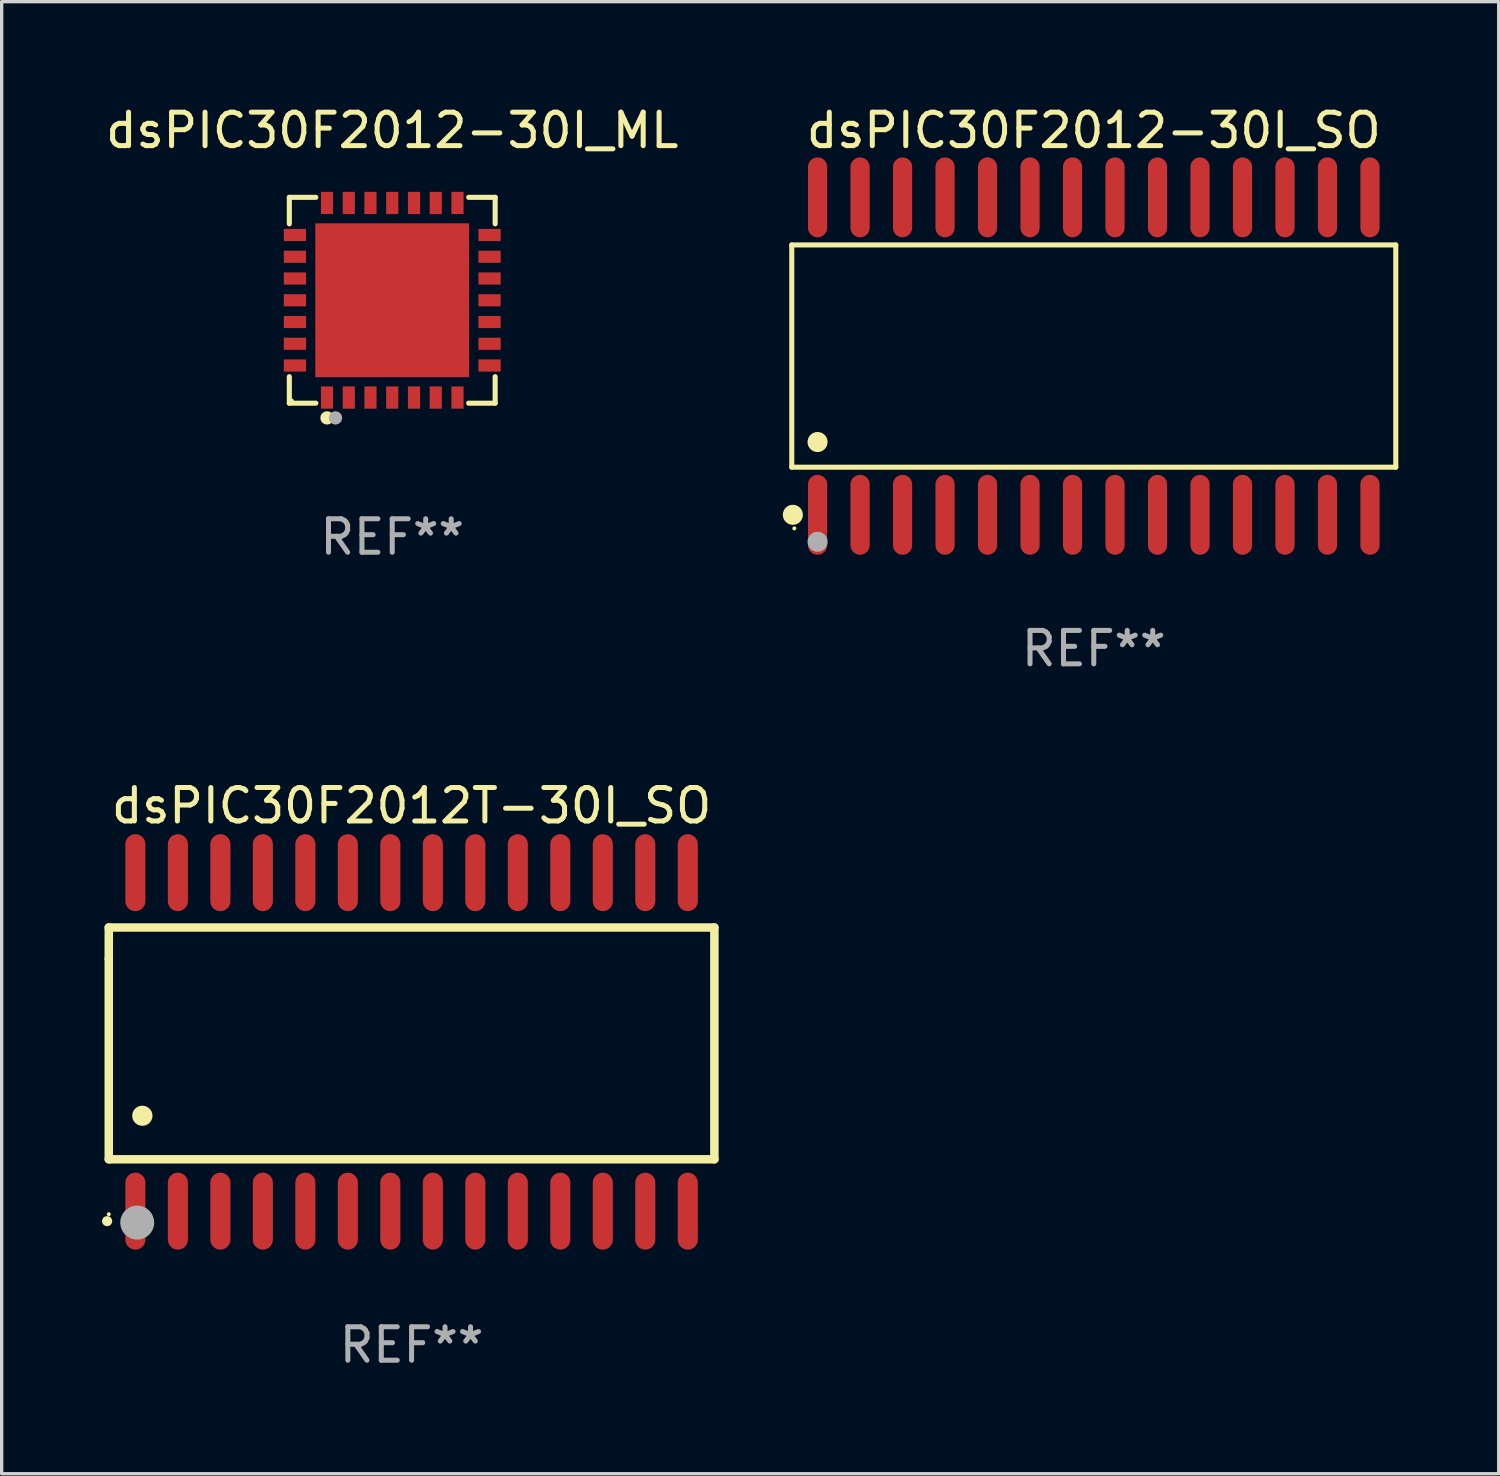
<source format=kicad_pcb>
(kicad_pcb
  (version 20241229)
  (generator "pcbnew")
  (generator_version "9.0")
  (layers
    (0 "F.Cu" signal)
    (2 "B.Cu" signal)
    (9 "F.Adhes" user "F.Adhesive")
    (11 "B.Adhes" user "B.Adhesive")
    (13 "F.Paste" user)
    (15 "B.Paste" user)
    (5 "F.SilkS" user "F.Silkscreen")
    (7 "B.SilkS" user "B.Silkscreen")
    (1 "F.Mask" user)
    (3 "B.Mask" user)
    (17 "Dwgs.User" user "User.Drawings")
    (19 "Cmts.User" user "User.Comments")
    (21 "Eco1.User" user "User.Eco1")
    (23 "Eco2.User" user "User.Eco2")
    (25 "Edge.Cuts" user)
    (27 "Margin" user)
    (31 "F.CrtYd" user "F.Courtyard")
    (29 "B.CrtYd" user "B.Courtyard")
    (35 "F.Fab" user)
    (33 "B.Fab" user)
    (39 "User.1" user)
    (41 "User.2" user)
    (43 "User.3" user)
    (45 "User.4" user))
  (footprint "dsPIC30F2012-30I_SO"
    (layer "F.Cu")
    (at 29.64 7.592)
    (property "Reference" "dsPIC30F2012-30I_SO" (at 0 -6.744 0) (layer "F.SilkS") (effects (font (size 1 1) (thickness 0.15))))
    (attr through_hole)
    (fp_line (start -9.026 -3.321) (end 9.026 -3.321) (stroke (width 0.152) (type solid)) (layer "F.SilkS"))
    (fp_line (start -9.026 3.321) (end -9.026 -3.321) (stroke (width 0.152) (type solid)) (layer "F.SilkS"))
    (fp_line (start 9.026 -3.321) (end 9.026 3.321) (stroke (width 0.152) (type solid)) (layer "F.SilkS"))
    (fp_line (start 9.026 3.321) (end -9.026 3.321) (stroke (width 0.152) (type solid)) (layer "F.SilkS"))
    (fp_circle (center -8.994 4.744) (end -8.844 4.744) (stroke (width 0.3) (type solid)) (fill no) (layer "F.SilkS"))
    (fp_circle (center -8.95 5.15) (end -8.92 5.15) (stroke (width 0.06) (type solid)) (fill no) (layer "F.SilkS"))
    (fp_circle (center -8.255 2.569) (end -8.105 2.569) (stroke (width 0.3) (type solid)) (fill no) (layer "F.SilkS"))
    (fp_circle (center -8.255 5.55) (end -8.105 5.55) (stroke (width 0.3) (type solid)) (fill no) (layer "F.Fab"))
    (fp_text user "REF**" (at 0 8.744 0) (layer "F.Fab") (effects (font (size 1 1) (thickness 0.15))))
    (pad "1" smd oval (at -8.255 4.744) (size 0.574 2.388) (layers "F.Cu" "F.Mask" "F.Paste"))
    (pad "2" smd oval (at -6.985 4.744) (size 0.574 2.388) (layers "F.Cu" "F.Mask" "F.Paste"))
    (pad "3" smd oval (at -5.715 4.744) (size 0.574 2.388) (layers "F.Cu" "F.Mask" "F.Paste"))
    (pad "4" smd oval (at -4.445 4.744) (size 0.574 2.388) (layers "F.Cu" "F.Mask" "F.Paste"))
    (pad "5" smd oval (at -3.175 4.744) (size 0.574 2.388) (layers "F.Cu" "F.Mask" "F.Paste"))
    (pad "6" smd oval (at -1.905 4.744) (size 0.574 2.388) (layers "F.Cu" "F.Mask" "F.Paste"))
    (pad "7" smd oval (at -0.635 4.744) (size 0.574 2.388) (layers "F.Cu" "F.Mask" "F.Paste"))
    (pad "8" smd oval (at 0.635 4.744) (size 0.574 2.388) (layers "F.Cu" "F.Mask" "F.Paste"))
    (pad "9" smd oval (at 1.905 4.744) (size 0.574 2.388) (layers "F.Cu" "F.Mask" "F.Paste"))
    (pad "10" smd oval (at 3.175 4.744) (size 0.574 2.388) (layers "F.Cu" "F.Mask" "F.Paste"))
    (pad "11" smd oval (at 4.445 4.744) (size 0.574 2.388) (layers "F.Cu" "F.Mask" "F.Paste"))
    (pad "12" smd oval (at 5.715 4.744) (size 0.574 2.388) (layers "F.Cu" "F.Mask" "F.Paste"))
    (pad "13" smd oval (at 6.985 4.744) (size 0.574 2.388) (layers "F.Cu" "F.Mask" "F.Paste"))
    (pad "14" smd oval (at 8.255 4.744) (size 0.574 2.388) (layers "F.Cu" "F.Mask" "F.Paste"))
    (pad "15" smd oval (at 8.255 -4.744) (size 0.574 2.388) (layers "F.Cu" "F.Mask" "F.Paste"))
    (pad "16" smd oval (at 6.985 -4.744) (size 0.574 2.388) (layers "F.Cu" "F.Mask" "F.Paste"))
    (pad "17" smd oval (at 5.715 -4.744) (size 0.574 2.388) (layers "F.Cu" "F.Mask" "F.Paste"))
    (pad "18" smd oval (at 4.445 -4.744) (size 0.574 2.388) (layers "F.Cu" "F.Mask" "F.Paste"))
    (pad "19" smd oval (at 3.175 -4.744) (size 0.574 2.388) (layers "F.Cu" "F.Mask" "F.Paste"))
    (pad "20" smd oval (at 1.905 -4.744) (size 0.574 2.388) (layers "F.Cu" "F.Mask" "F.Paste"))
    (pad "21" smd oval (at 0.635 -4.744) (size 0.574 2.388) (layers "F.Cu" "F.Mask" "F.Paste"))
    (pad "22" smd oval (at -0.635 -4.744) (size 0.574 2.388) (layers "F.Cu" "F.Mask" "F.Paste"))
    (pad "23" smd oval (at -1.905 -4.744) (size 0.574 2.388) (layers "F.Cu" "F.Mask" "F.Paste"))
    (pad "24" smd oval (at -3.175 -4.744) (size 0.574 2.388) (layers "F.Cu" "F.Mask" "F.Paste"))
    (pad "25" smd oval (at -4.445 -4.744) (size 0.574 2.388) (layers "F.Cu" "F.Mask" "F.Paste"))
    (pad "26" smd oval (at -5.715 -4.744) (size 0.574 2.388) (layers "F.Cu" "F.Mask" "F.Paste"))
    (pad "27" smd oval (at -6.985 -4.744) (size 0.574 2.388) (layers "F.Cu" "F.Mask" "F.Paste"))
    (pad "28" smd oval (at -8.255 -4.744) (size 0.574 2.388) (layers "F.Cu" "F.Mask" "F.Paste")))
  (footprint "dsPIC30F2012T-30I_SO"
    (layer "F.Cu")
    (at 9.251 28.09)
    (property "Reference" "dsPIC30F2012T-30I_SO" (at 0 -7.058 0) (layer "F.SilkS") (effects (font (size 1 1) (thickness 0.15))))
    (attr through_hole)
    (fp_line (start -9.05 -3.42) (end 9.05 -3.42) (stroke (width 0.254) (type solid)) (layer "F.SilkS"))
    (fp_line (start -9.05 -2.492) (end -9.05 -3.42) (stroke (width 0.254) (type solid)) (layer "F.SilkS"))
    (fp_line (start -9.05 3.508) (end -9.05 -2.492) (stroke (width 0.254) (type solid)) (layer "F.SilkS"))
    (fp_line (start 9.05 -3.42) (end 9.05 3.508) (stroke (width 0.254) (type solid)) (layer "F.SilkS"))
    (fp_line (start 9.05 3.508) (end -9.05 3.508) (stroke (width 0.254) (type solid)) (layer "F.SilkS"))
    (fp_arc (start -9.100838 5.35649) (mid -9.099568 5.356485) (end -9.098298 5.35649) (stroke (width 0.3) (type solid)) (layer "F.SilkS"))
    (fp_arc (start -8.049276 2.206883) (mid -8.046736 2.206872) (end -8.044196 2.206883) (stroke (width 0.6) (type solid)) (layer "F.SilkS"))
    (fp_circle (center -9.05 5.15) (end -9.02 5.15) (stroke (width 0.06) (type solid)) (fill no) (layer "F.SilkS"))
    (fp_circle (center -8.2 5.4) (end -7.946 5.4) (stroke (width 0.508) (type solid)) (fill no) (layer "F.Fab"))
    (fp_text user "REF**" (at 0 9.058 0) (layer "F.Fab") (effects (font (size 1 1) (thickness 0.15))))
    (pad "1" smd oval (at -8.255 5.058 180) (size 0.6 2.3) (layers "F.Cu" "F.Mask" "F.Paste"))
    (pad "2" smd oval (at -6.985 5.058 180) (size 0.6 2.3) (layers "F.Cu" "F.Mask" "F.Paste"))
    (pad "3" smd oval (at -5.715 5.058 180) (size 0.6 2.3) (layers "F.Cu" "F.Mask" "F.Paste"))
    (pad "4" smd oval (at -4.445 5.058 180) (size 0.6 2.3) (layers "F.Cu" "F.Mask" "F.Paste"))
    (pad "5" smd oval (at -3.175 5.058 180) (size 0.6 2.3) (layers "F.Cu" "F.Mask" "F.Paste"))
    (pad "6" smd oval (at -1.905 5.058 180) (size 0.6 2.3) (layers "F.Cu" "F.Mask" "F.Paste"))
    (pad "7" smd oval (at -0.635 5.058 180) (size 0.6 2.3) (layers "F.Cu" "F.Mask" "F.Paste"))
    (pad "8" smd oval (at 0.635 5.058 180) (size 0.6 2.3) (layers "F.Cu" "F.Mask" "F.Paste"))
    (pad "9" smd oval (at 1.905 5.058 180) (size 0.6 2.3) (layers "F.Cu" "F.Mask" "F.Paste"))
    (pad "10" smd oval (at 3.175 5.058 180) (size 0.6 2.3) (layers "F.Cu" "F.Mask" "F.Paste"))
    (pad "11" smd oval (at 4.445 5.058 180) (size 0.6 2.3) (layers "F.Cu" "F.Mask" "F.Paste"))
    (pad "12" smd oval (at 5.715 5.058 180) (size 0.6 2.3) (layers "F.Cu" "F.Mask" "F.Paste"))
    (pad "13" smd oval (at 6.985 5.058 180) (size 0.6 2.3) (layers "F.Cu" "F.Mask" "F.Paste"))
    (pad "14" smd oval (at 8.255 5.058 180) (size 0.6 2.3) (layers "F.Cu" "F.Mask" "F.Paste"))
    (pad "15" smd oval (at 8.255 -5.058 180) (size 0.6 2.3) (layers "F.Cu" "F.Mask" "F.Paste"))
    (pad "16" smd oval (at 6.985 -5.058 180) (size 0.6 2.3) (layers "F.Cu" "F.Mask" "F.Paste"))
    (pad "17" smd oval (at 5.715 -5.058 180) (size 0.6 2.3) (layers "F.Cu" "F.Mask" "F.Paste"))
    (pad "18" smd oval (at 4.445 -5.058 180) (size 0.6 2.3) (layers "F.Cu" "F.Mask" "F.Paste"))
    (pad "19" smd oval (at 3.175 -5.058 180) (size 0.6 2.3) (layers "F.Cu" "F.Mask" "F.Paste"))
    (pad "20" smd oval (at 1.905 -5.058 180) (size 0.6 2.3) (layers "F.Cu" "F.Mask" "F.Paste"))
    (pad "21" smd oval (at 0.635 -5.058 180) (size 0.6 2.3) (layers "F.Cu" "F.Mask" "F.Paste"))
    (pad "22" smd oval (at -0.635 -5.058 180) (size 0.6 2.3) (layers "F.Cu" "F.Mask" "F.Paste"))
    (pad "23" smd oval (at -1.905 -5.058 180) (size 0.6 2.3) (layers "F.Cu" "F.Mask" "F.Paste"))
    (pad "24" smd oval (at -3.175 -5.058 180) (size 0.6 2.3) (layers "F.Cu" "F.Mask" "F.Paste"))
    (pad "25" smd oval (at -4.445 -5.058 180) (size 0.6 2.3) (layers "F.Cu" "F.Mask" "F.Paste"))
    (pad "26" smd oval (at -5.715 -5.058 180) (size 0.6 2.3) (layers "F.Cu" "F.Mask" "F.Paste"))
    (pad "27" smd oval (at -6.985 -5.058 180) (size 0.6 2.3) (layers "F.Cu" "F.Mask" "F.Paste"))
    (pad "28" smd oval (at -8.255 -5.058 180) (size 0.6 2.3) (layers "F.Cu" "F.Mask" "F.Paste")))
  (footprint "dsPIC30F2012-30I_ML"
    (layer "F.Cu")
    (at 8.673 5.924)
    (property "Reference" "dsPIC30F2012-30I_ML" (at 0 -5.076 0) (layer "F.SilkS") (effects (font (size 1 1) (thickness 0.15))))
    (attr through_hole)
    (fp_line (start -3.076 -3.076) (end -3.076 -2.284) (stroke (width 0.152) (type solid)) (layer "F.SilkS"))
    (fp_line (start -3.076 3.076) (end -3.076 2.284) (stroke (width 0.152) (type solid)) (layer "F.SilkS"))
    (fp_line (start -2.284 -3.076) (end -3.076 -3.076) (stroke (width 0.152) (type solid)) (layer "F.SilkS"))
    (fp_line (start -2.284 3.076) (end -3.076 3.076) (stroke (width 0.152) (type solid)) (layer "F.SilkS"))
    (fp_line (start 2.284 -3.076) (end 3.076 -3.076) (stroke (width 0.152) (type solid)) (layer "F.SilkS"))
    (fp_line (start 2.284 3.076) (end 3.076 3.076) (stroke (width 0.152) (type solid)) (layer "F.SilkS"))
    (fp_line (start 3.076 -3.076) (end 3.076 -2.284) (stroke (width 0.152) (type solid)) (layer "F.SilkS"))
    (fp_line (start 3.076 3.076) (end 3.076 2.284) (stroke (width 0.152) (type solid)) (layer "F.SilkS"))
    (fp_circle (center -3 3) (end -2.97 3) (stroke (width 0.06) (type solid)) (fill no) (layer "F.SilkS"))
    (fp_circle (center -1.95 3.516) (end -1.85 3.516) (stroke (width 0.2) (type solid)) (fill no) (layer "F.SilkS"))
    (fp_circle (center -1.696 3.516) (end -1.596 3.516) (stroke (width 0.2) (type solid)) (fill no) (layer "F.Fab"))
    (fp_text user "REF**" (at 0 7.076 0) (layer "F.Fab") (effects (font (size 1 1) (thickness 0.15))))
    (pad "1" smd rect (at -1.95 2.908) (size 0.364 0.665) (layers "F.Cu" "F.Mask" "F.Paste"))
    (pad "2" smd rect (at -1.3 2.908) (size 0.364 0.665) (layers "F.Cu" "F.Mask" "F.Paste"))
    (pad "3" smd rect (at -0.65 2.908) (size 0.364 0.665) (layers "F.Cu" "F.Mask" "F.Paste"))
    (pad "4" smd rect (at 0 2.908) (size 0.364 0.665) (layers "F.Cu" "F.Mask" "F.Paste"))
    (pad "5" smd rect (at 0.65 2.908) (size 0.364 0.665) (layers "F.Cu" "F.Mask" "F.Paste"))
    (pad "6" smd rect (at 1.3 2.908) (size 0.364 0.665) (layers "F.Cu" "F.Mask" "F.Paste"))
    (pad "7" smd rect (at 1.95 2.908) (size 0.364 0.665) (layers "F.Cu" "F.Mask" "F.Paste"))
    (pad "8" smd rect (at 2.908 1.95) (size 0.665 0.364) (layers "F.Cu" "F.Mask" "F.Paste"))
    (pad "9" smd rect (at 2.908 1.3) (size 0.665 0.364) (layers "F.Cu" "F.Mask" "F.Paste"))
    (pad "10" smd rect (at 2.908 0.65) (size 0.665 0.364) (layers "F.Cu" "F.Mask" "F.Paste"))
    (pad "11" smd rect (at 2.908 0) (size 0.665 0.364) (layers "F.Cu" "F.Mask" "F.Paste"))
    (pad "12" smd rect (at 2.908 -0.65) (size 0.665 0.364) (layers "F.Cu" "F.Mask" "F.Paste"))
    (pad "13" smd rect (at 2.908 -1.3) (size 0.665 0.364) (layers "F.Cu" "F.Mask" "F.Paste"))
    (pad "14" smd rect (at 2.908 -1.95) (size 0.665 0.364) (layers "F.Cu" "F.Mask" "F.Paste"))
    (pad "15" smd rect (at 1.95 -2.908) (size 0.364 0.665) (layers "F.Cu" "F.Mask" "F.Paste"))
    (pad "16" smd rect (at 1.3 -2.908) (size 0.364 0.665) (layers "F.Cu" "F.Mask" "F.Paste"))
    (pad "17" smd rect (at 0.65 -2.908) (size 0.364 0.665) (layers "F.Cu" "F.Mask" "F.Paste"))
    (pad "18" smd rect (at 0 -2.908) (size 0.364 0.665) (layers "F.Cu" "F.Mask" "F.Paste"))
    (pad "19" smd rect (at -0.65 -2.908) (size 0.364 0.665) (layers "F.Cu" "F.Mask" "F.Paste"))
    (pad "20" smd rect (at -1.3 -2.908) (size 0.364 0.665) (layers "F.Cu" "F.Mask" "F.Paste"))
    (pad "21" smd rect (at -1.95 -2.908) (size 0.364 0.665) (layers "F.Cu" "F.Mask" "F.Paste"))
    (pad "22" smd rect (at -2.908 -1.95) (size 0.665 0.364) (layers "F.Cu" "F.Mask" "F.Paste"))
    (pad "23" smd rect (at -2.908 -1.3) (size 0.665 0.364) (layers "F.Cu" "F.Mask" "F.Paste"))
    (pad "24" smd rect (at -2.908 -0.65) (size 0.665 0.364) (layers "F.Cu" "F.Mask" "F.Paste"))
    (pad "25" smd rect (at -2.908 0) (size 0.665 0.364) (layers "F.Cu" "F.Mask" "F.Paste"))
    (pad "26" smd rect (at -2.908 0.65) (size 0.665 0.364) (layers "F.Cu" "F.Mask" "F.Paste"))
    (pad "27" smd rect (at -2.908 1.3) (size 0.665 0.364) (layers "F.Cu" "F.Mask" "F.Paste"))
    (pad "28" smd rect (at -2.908 1.95) (size 0.665 0.364) (layers "F.Cu" "F.Mask" "F.Paste"))
    (pad "29" smd rect (at 0 0) (size 4.6 4.6) (layers "F.Cu" "F.Mask" "F.Paste")))
  (gr_rect
    (start -3 -3)
    (end 41.742 40.996)
    (stroke (width 0.1) (type default))
    (fill no)
    (layer "Edge.Cuts")))
</source>
